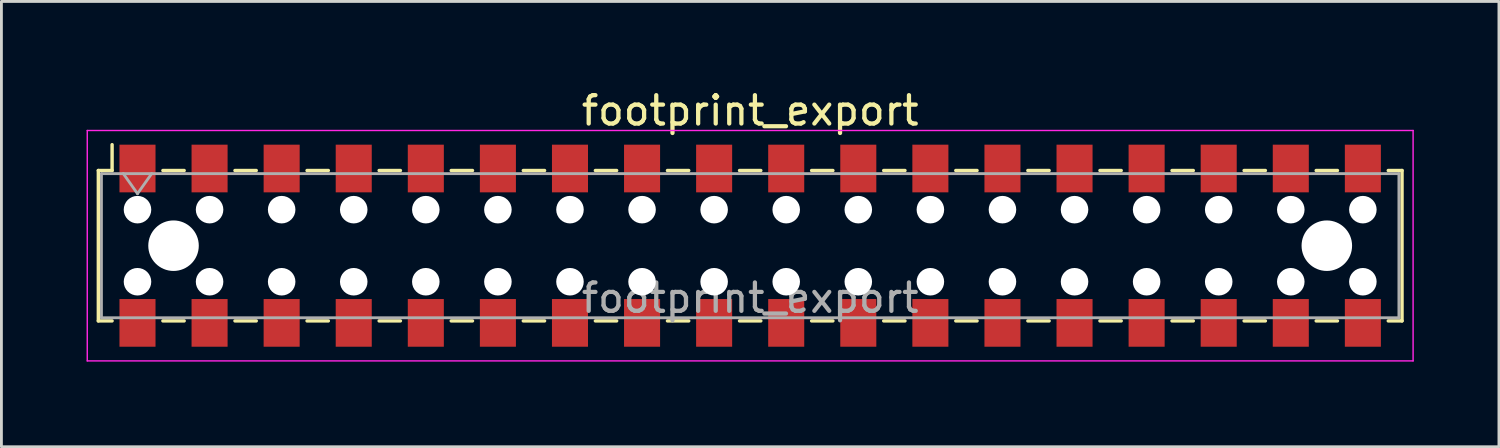
<source format=kicad_pcb>
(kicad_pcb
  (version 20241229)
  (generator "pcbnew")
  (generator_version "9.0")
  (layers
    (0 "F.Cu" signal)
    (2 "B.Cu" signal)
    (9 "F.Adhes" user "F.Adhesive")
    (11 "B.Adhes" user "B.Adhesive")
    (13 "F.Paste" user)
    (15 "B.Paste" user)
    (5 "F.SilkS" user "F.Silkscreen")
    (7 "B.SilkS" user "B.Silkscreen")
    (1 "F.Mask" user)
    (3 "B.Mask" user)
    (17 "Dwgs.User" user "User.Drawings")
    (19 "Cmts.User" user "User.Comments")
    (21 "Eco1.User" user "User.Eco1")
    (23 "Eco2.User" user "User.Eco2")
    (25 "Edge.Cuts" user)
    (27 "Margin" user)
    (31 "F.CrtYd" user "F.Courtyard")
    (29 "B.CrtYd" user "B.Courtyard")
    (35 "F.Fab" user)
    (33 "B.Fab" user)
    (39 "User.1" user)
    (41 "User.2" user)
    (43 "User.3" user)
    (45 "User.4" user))
  (footprint "footprint_export"
    (layer "F.Cu")
    (at 23.385 5.608)
    (property "Reference" "footprint_export" (at 0 -4.76 0) (layer "F.SilkS") (effects (font (size 1 1) (thickness 0.15))))
    (attr smd)
    (fp_line (start -22.97 -2.65) (end -22.97 2.65) (stroke (width 0.12) (type solid)) (layer "F.SilkS"))
    (fp_line (start -22.97 2.65) (end -22.485 2.65) (stroke (width 0.12) (type solid)) (layer "F.SilkS"))
    (fp_line (start -22.485 -3.56) (end -22.485 -2.65) (stroke (width 0.12) (type solid)) (layer "F.SilkS"))
    (fp_line (start -22.485 -2.65) (end -22.97 -2.65) (stroke (width 0.12) (type solid)) (layer "F.SilkS"))
    (fp_line (start -20.695 -2.65) (end -19.945 -2.65) (stroke (width 0.12) (type solid)) (layer "F.SilkS"))
    (fp_line (start -20.695 2.65) (end -19.945 2.65) (stroke (width 0.12) (type solid)) (layer "F.SilkS"))
    (fp_line (start -18.155 -2.65) (end -17.405 -2.65) (stroke (width 0.12) (type solid)) (layer "F.SilkS"))
    (fp_line (start -18.155 2.65) (end -17.405 2.65) (stroke (width 0.12) (type solid)) (layer "F.SilkS"))
    (fp_line (start -15.615 -2.65) (end -14.865 -2.65) (stroke (width 0.12) (type solid)) (layer "F.SilkS"))
    (fp_line (start -15.615 2.65) (end -14.865 2.65) (stroke (width 0.12) (type solid)) (layer "F.SilkS"))
    (fp_line (start -13.075 -2.65) (end -12.325 -2.65) (stroke (width 0.12) (type solid)) (layer "F.SilkS"))
    (fp_line (start -13.075 2.65) (end -12.325 2.65) (stroke (width 0.12) (type solid)) (layer "F.SilkS"))
    (fp_line (start -10.535 -2.65) (end -9.785 -2.65) (stroke (width 0.12) (type solid)) (layer "F.SilkS"))
    (fp_line (start -10.535 2.65) (end -9.785 2.65) (stroke (width 0.12) (type solid)) (layer "F.SilkS"))
    (fp_line (start -7.995 -2.65) (end -7.245 -2.65) (stroke (width 0.12) (type solid)) (layer "F.SilkS"))
    (fp_line (start -7.995 2.65) (end -7.245 2.65) (stroke (width 0.12) (type solid)) (layer "F.SilkS"))
    (fp_line (start -5.455 -2.65) (end -4.705 -2.65) (stroke (width 0.12) (type solid)) (layer "F.SilkS"))
    (fp_line (start -5.455 2.65) (end -4.705 2.65) (stroke (width 0.12) (type solid)) (layer "F.SilkS"))
    (fp_line (start -2.915 -2.65) (end -2.165 -2.65) (stroke (width 0.12) (type solid)) (layer "F.SilkS"))
    (fp_line (start -2.915 2.65) (end -2.165 2.65) (stroke (width 0.12) (type solid)) (layer "F.SilkS"))
    (fp_line (start -0.375 -2.65) (end 0.375 -2.65) (stroke (width 0.12) (type solid)) (layer "F.SilkS"))
    (fp_line (start -0.375 2.65) (end 0.375 2.65) (stroke (width 0.12) (type solid)) (layer "F.SilkS"))
    (fp_line (start 2.165 -2.65) (end 2.915 -2.65) (stroke (width 0.12) (type solid)) (layer "F.SilkS"))
    (fp_line (start 2.165 2.65) (end 2.915 2.65) (stroke (width 0.12) (type solid)) (layer "F.SilkS"))
    (fp_line (start 4.705 -2.65) (end 5.455 -2.65) (stroke (width 0.12) (type solid)) (layer "F.SilkS"))
    (fp_line (start 4.705 2.65) (end 5.455 2.65) (stroke (width 0.12) (type solid)) (layer "F.SilkS"))
    (fp_line (start 7.245 -2.65) (end 7.995 -2.65) (stroke (width 0.12) (type solid)) (layer "F.SilkS"))
    (fp_line (start 7.245 2.65) (end 7.995 2.65) (stroke (width 0.12) (type solid)) (layer "F.SilkS"))
    (fp_line (start 9.785 -2.65) (end 10.535 -2.65) (stroke (width 0.12) (type solid)) (layer "F.SilkS"))
    (fp_line (start 9.785 2.65) (end 10.535 2.65) (stroke (width 0.12) (type solid)) (layer "F.SilkS"))
    (fp_line (start 12.325 -2.65) (end 13.075 -2.65) (stroke (width 0.12) (type solid)) (layer "F.SilkS"))
    (fp_line (start 12.325 2.65) (end 13.075 2.65) (stroke (width 0.12) (type solid)) (layer "F.SilkS"))
    (fp_line (start 14.865 -2.65) (end 15.615 -2.65) (stroke (width 0.12) (type solid)) (layer "F.SilkS"))
    (fp_line (start 14.865 2.65) (end 15.615 2.65) (stroke (width 0.12) (type solid)) (layer "F.SilkS"))
    (fp_line (start 17.405 -2.65) (end 18.155 -2.65) (stroke (width 0.12) (type solid)) (layer "F.SilkS"))
    (fp_line (start 17.405 2.65) (end 18.155 2.65) (stroke (width 0.12) (type solid)) (layer "F.SilkS"))
    (fp_line (start 19.945 -2.65) (end 20.695 -2.65) (stroke (width 0.12) (type solid)) (layer "F.SilkS"))
    (fp_line (start 19.945 2.65) (end 20.695 2.65) (stroke (width 0.12) (type solid)) (layer "F.SilkS"))
    (fp_line (start 22.485 -2.65) (end 22.97 -2.65) (stroke (width 0.12) (type solid)) (layer "F.SilkS"))
    (fp_line (start 22.97 -2.65) (end 22.97 2.65) (stroke (width 0.12) (type solid)) (layer "F.SilkS"))
    (fp_line (start 22.97 2.65) (end 22.485 2.65) (stroke (width 0.12) (type solid)) (layer "F.SilkS"))
    (fp_line (start -23.36 -4.06) (end 23.36 -4.06) (stroke (width 0.05) (type solid)) (layer "F.CrtYd"))
    (fp_line (start -23.36 4.06) (end -23.36 -4.06) (stroke (width 0.05) (type solid)) (layer "F.CrtYd"))
    (fp_line (start 23.36 -4.06) (end 23.36 4.06) (stroke (width 0.05) (type solid)) (layer "F.CrtYd"))
    (fp_line (start 23.36 4.06) (end -23.36 4.06) (stroke (width 0.05) (type solid)) (layer "F.CrtYd"))
    (fp_line (start -22.86 -2.54) (end 22.86 -2.54) (stroke (width 0.1) (type solid)) (layer "F.Fab"))
    (fp_line (start -22.86 2.54) (end -22.86 -2.54) (stroke (width 0.1) (type solid)) (layer "F.Fab"))
    (fp_line (start -22.09 -2.54) (end -21.59 -1.833) (stroke (width 0.1) (type solid)) (layer "F.Fab"))
    (fp_line (start -21.59 -1.833) (end -21.09 -2.54) (stroke (width 0.1) (type solid)) (layer "F.Fab"))
    (fp_line (start 22.86 -2.54) (end 22.86 2.54) (stroke (width 0.1) (type solid)) (layer "F.Fab"))
    (fp_line (start 22.86 2.54) (end -22.86 2.54) (stroke (width 0.1) (type solid)) (layer "F.Fab"))
    (fp_text user "${REFERENCE}" (at 0 1.84 0) (layer "F.Fab") (effects (font (size 1 1) (thickness 0.15))))
    (pad "" np_thru_hole circle (at -21.59 -1.27) (size 0.97 0.97) (drill 0.97) (layers "*.Cu" "*.Mask"))
    (pad "" np_thru_hole circle (at -21.59 1.27) (size 0.97 0.97) (drill 0.97) (layers "*.Cu" "*.Mask"))
    (pad "" np_thru_hole circle (at -20.32 0) (size 1.78 1.78) (drill 1.78) (layers "*.Cu" "*.Mask"))
    (pad "" np_thru_hole circle (at -19.05 -1.27) (size 0.97 0.97) (drill 0.97) (layers "*.Cu" "*.Mask"))
    (pad "" np_thru_hole circle (at -19.05 1.27) (size 0.97 0.97) (drill 0.97) (layers "*.Cu" "*.Mask"))
    (pad "" np_thru_hole circle (at -16.51 -1.27) (size 0.97 0.97) (drill 0.97) (layers "*.Cu" "*.Mask"))
    (pad "" np_thru_hole circle (at -16.51 1.27) (size 0.97 0.97) (drill 0.97) (layers "*.Cu" "*.Mask"))
    (pad "" np_thru_hole circle (at -13.97 -1.27) (size 0.97 0.97) (drill 0.97) (layers "*.Cu" "*.Mask"))
    (pad "" np_thru_hole circle (at -13.97 1.27) (size 0.97 0.97) (drill 0.97) (layers "*.Cu" "*.Mask"))
    (pad "" np_thru_hole circle (at -11.43 -1.27) (size 0.97 0.97) (drill 0.97) (layers "*.Cu" "*.Mask"))
    (pad "" np_thru_hole circle (at -11.43 1.27) (size 0.97 0.97) (drill 0.97) (layers "*.Cu" "*.Mask"))
    (pad "" np_thru_hole circle (at -8.89 -1.27) (size 0.97 0.97) (drill 0.97) (layers "*.Cu" "*.Mask"))
    (pad "" np_thru_hole circle (at -8.89 1.27) (size 0.97 0.97) (drill 0.97) (layers "*.Cu" "*.Mask"))
    (pad "" np_thru_hole circle (at -6.35 -1.27) (size 0.97 0.97) (drill 0.97) (layers "*.Cu" "*.Mask"))
    (pad "" np_thru_hole circle (at -6.35 1.27) (size 0.97 0.97) (drill 0.97) (layers "*.Cu" "*.Mask"))
    (pad "" np_thru_hole circle (at -3.81 -1.27) (size 0.97 0.97) (drill 0.97) (layers "*.Cu" "*.Mask"))
    (pad "" np_thru_hole circle (at -3.81 1.27) (size 0.97 0.97) (drill 0.97) (layers "*.Cu" "*.Mask"))
    (pad "" np_thru_hole circle (at -1.27 -1.27) (size 0.97 0.97) (drill 0.97) (layers "*.Cu" "*.Mask"))
    (pad "" np_thru_hole circle (at -1.27 1.27) (size 0.97 0.97) (drill 0.97) (layers "*.Cu" "*.Mask"))
    (pad "" np_thru_hole circle (at 1.27 -1.27) (size 0.97 0.97) (drill 0.97) (layers "*.Cu" "*.Mask"))
    (pad "" np_thru_hole circle (at 1.27 1.27) (size 0.97 0.97) (drill 0.97) (layers "*.Cu" "*.Mask"))
    (pad "" np_thru_hole circle (at 3.81 -1.27) (size 0.97 0.97) (drill 0.97) (layers "*.Cu" "*.Mask"))
    (pad "" np_thru_hole circle (at 3.81 1.27) (size 0.97 0.97) (drill 0.97) (layers "*.Cu" "*.Mask"))
    (pad "" np_thru_hole circle (at 6.35 -1.27) (size 0.97 0.97) (drill 0.97) (layers "*.Cu" "*.Mask"))
    (pad "" np_thru_hole circle (at 6.35 1.27) (size 0.97 0.97) (drill 0.97) (layers "*.Cu" "*.Mask"))
    (pad "" np_thru_hole circle (at 8.89 -1.27) (size 0.97 0.97) (drill 0.97) (layers "*.Cu" "*.Mask"))
    (pad "" np_thru_hole circle (at 8.89 1.27) (size 0.97 0.97) (drill 0.97) (layers "*.Cu" "*.Mask"))
    (pad "" np_thru_hole circle (at 11.43 -1.27) (size 0.97 0.97) (drill 0.97) (layers "*.Cu" "*.Mask"))
    (pad "" np_thru_hole circle (at 11.43 1.27) (size 0.97 0.97) (drill 0.97) (layers "*.Cu" "*.Mask"))
    (pad "" np_thru_hole circle (at 13.97 -1.27) (size 0.97 0.97) (drill 0.97) (layers "*.Cu" "*.Mask"))
    (pad "" np_thru_hole circle (at 13.97 1.27) (size 0.97 0.97) (drill 0.97) (layers "*.Cu" "*.Mask"))
    (pad "" np_thru_hole circle (at 16.51 -1.27) (size 0.97 0.97) (drill 0.97) (layers "*.Cu" "*.Mask"))
    (pad "" np_thru_hole circle (at 16.51 1.27) (size 0.97 0.97) (drill 0.97) (layers "*.Cu" "*.Mask"))
    (pad "" np_thru_hole circle (at 19.05 -1.27) (size 0.97 0.97) (drill 0.97) (layers "*.Cu" "*.Mask"))
    (pad "" np_thru_hole circle (at 19.05 1.27) (size 0.97 0.97) (drill 0.97) (layers "*.Cu" "*.Mask"))
    (pad "" np_thru_hole circle (at 20.32 0) (size 1.78 1.78) (drill 1.78) (layers "*.Cu" "*.Mask"))
    (pad "" np_thru_hole circle (at 21.59 -1.27) (size 0.97 0.97) (drill 0.97) (layers "*.Cu" "*.Mask"))
    (pad "" np_thru_hole circle (at 21.59 1.27) (size 0.97 0.97) (drill 0.97) (layers "*.Cu" "*.Mask"))
    (pad "1" smd rect (at -21.59 -2.72) (size 1.27 1.68) (layers "F.Cu" "F.Mask" "F.Paste"))
    (pad "2" smd rect (at -21.59 2.72) (size 1.27 1.68) (layers "F.Cu" "F.Mask" "F.Paste"))
    (pad "3" smd rect (at -19.05 -2.72) (size 1.27 1.68) (layers "F.Cu" "F.Mask" "F.Paste"))
    (pad "4" smd rect (at -19.05 2.72) (size 1.27 1.68) (layers "F.Cu" "F.Mask" "F.Paste"))
    (pad "5" smd rect (at -16.51 -2.72) (size 1.27 1.68) (layers "F.Cu" "F.Mask" "F.Paste"))
    (pad "6" smd rect (at -16.51 2.72) (size 1.27 1.68) (layers "F.Cu" "F.Mask" "F.Paste"))
    (pad "7" smd rect (at -13.97 -2.72) (size 1.27 1.68) (layers "F.Cu" "F.Mask" "F.Paste"))
    (pad "8" smd rect (at -13.97 2.72) (size 1.27 1.68) (layers "F.Cu" "F.Mask" "F.Paste"))
    (pad "9" smd rect (at -11.43 -2.72) (size 1.27 1.68) (layers "F.Cu" "F.Mask" "F.Paste"))
    (pad "10" smd rect (at -11.43 2.72) (size 1.27 1.68) (layers "F.Cu" "F.Mask" "F.Paste"))
    (pad "11" smd rect (at -8.89 -2.72) (size 1.27 1.68) (layers "F.Cu" "F.Mask" "F.Paste"))
    (pad "12" smd rect (at -8.89 2.72) (size 1.27 1.68) (layers "F.Cu" "F.Mask" "F.Paste"))
    (pad "13" smd rect (at -6.35 -2.72) (size 1.27 1.68) (layers "F.Cu" "F.Mask" "F.Paste"))
    (pad "14" smd rect (at -6.35 2.72) (size 1.27 1.68) (layers "F.Cu" "F.Mask" "F.Paste"))
    (pad "15" smd rect (at -3.81 -2.72) (size 1.27 1.68) (layers "F.Cu" "F.Mask" "F.Paste"))
    (pad "16" smd rect (at -3.81 2.72) (size 1.27 1.68) (layers "F.Cu" "F.Mask" "F.Paste"))
    (pad "17" smd rect (at -1.27 -2.72) (size 1.27 1.68) (layers "F.Cu" "F.Mask" "F.Paste"))
    (pad "18" smd rect (at -1.27 2.72) (size 1.27 1.68) (layers "F.Cu" "F.Mask" "F.Paste"))
    (pad "19" smd rect (at 1.27 -2.72) (size 1.27 1.68) (layers "F.Cu" "F.Mask" "F.Paste"))
    (pad "20" smd rect (at 1.27 2.72) (size 1.27 1.68) (layers "F.Cu" "F.Mask" "F.Paste"))
    (pad "21" smd rect (at 3.81 -2.72) (size 1.27 1.68) (layers "F.Cu" "F.Mask" "F.Paste"))
    (pad "22" smd rect (at 3.81 2.72) (size 1.27 1.68) (layers "F.Cu" "F.Mask" "F.Paste"))
    (pad "23" smd rect (at 6.35 -2.72) (size 1.27 1.68) (layers "F.Cu" "F.Mask" "F.Paste"))
    (pad "24" smd rect (at 6.35 2.72) (size 1.27 1.68) (layers "F.Cu" "F.Mask" "F.Paste"))
    (pad "25" smd rect (at 8.89 -2.72) (size 1.27 1.68) (layers "F.Cu" "F.Mask" "F.Paste"))
    (pad "26" smd rect (at 8.89 2.72) (size 1.27 1.68) (layers "F.Cu" "F.Mask" "F.Paste"))
    (pad "27" smd rect (at 11.43 -2.72) (size 1.27 1.68) (layers "F.Cu" "F.Mask" "F.Paste"))
    (pad "28" smd rect (at 11.43 2.72) (size 1.27 1.68) (layers "F.Cu" "F.Mask" "F.Paste"))
    (pad "29" smd rect (at 13.97 -2.72) (size 1.27 1.68) (layers "F.Cu" "F.Mask" "F.Paste"))
    (pad "30" smd rect (at 13.97 2.72) (size 1.27 1.68) (layers "F.Cu" "F.Mask" "F.Paste"))
    (pad "31" smd rect (at 16.51 -2.72) (size 1.27 1.68) (layers "F.Cu" "F.Mask" "F.Paste"))
    (pad "32" smd rect (at 16.51 2.72) (size 1.27 1.68) (layers "F.Cu" "F.Mask" "F.Paste"))
    (pad "33" smd rect (at 19.05 -2.72) (size 1.27 1.68) (layers "F.Cu" "F.Mask" "F.Paste"))
    (pad "34" smd rect (at 19.05 2.72) (size 1.27 1.68) (layers "F.Cu" "F.Mask" "F.Paste"))
    (pad "35" smd rect (at 21.59 -2.72) (size 1.27 1.68) (layers "F.Cu" "F.Mask" "F.Paste"))
    (pad "36" smd rect (at 21.59 2.72) (size 1.27 1.68) (layers "F.Cu" "F.Mask" "F.Paste")))
  (gr_rect
    (start -3 -3)
    (end 49.77 12.693)
    (stroke (width 0.1) (type default))
    (fill no)
    (layer "Edge.Cuts")))
</source>
